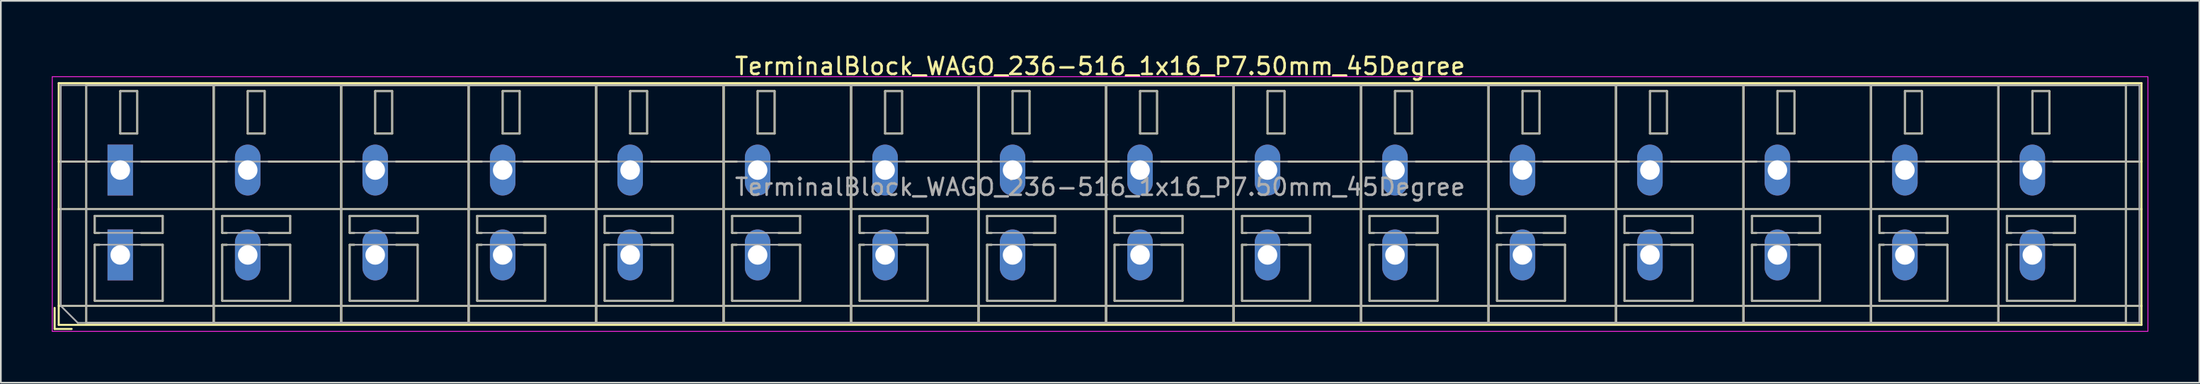
<source format=kicad_pcb>
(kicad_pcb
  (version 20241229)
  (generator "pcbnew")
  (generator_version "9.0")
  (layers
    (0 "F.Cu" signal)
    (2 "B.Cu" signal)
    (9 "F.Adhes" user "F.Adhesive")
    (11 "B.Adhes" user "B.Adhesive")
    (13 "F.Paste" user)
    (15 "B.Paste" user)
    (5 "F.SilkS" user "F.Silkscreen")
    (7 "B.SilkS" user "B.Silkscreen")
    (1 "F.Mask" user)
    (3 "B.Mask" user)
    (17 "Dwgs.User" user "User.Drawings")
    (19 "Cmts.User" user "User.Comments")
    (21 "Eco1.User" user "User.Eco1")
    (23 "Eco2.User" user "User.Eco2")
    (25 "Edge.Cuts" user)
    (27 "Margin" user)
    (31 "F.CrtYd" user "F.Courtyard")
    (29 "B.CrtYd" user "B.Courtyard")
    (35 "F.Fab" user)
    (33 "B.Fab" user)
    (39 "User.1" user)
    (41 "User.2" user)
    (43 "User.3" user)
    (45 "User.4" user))
  (footprint "TerminalBlock_WAGO_236-516_1x16_P7.50mm_45Degree"
    (layer "F.Cu")
    (at 4.025 6.968)
    (property "Reference" "TerminalBlock_WAGO_236-516_1x16_P7.50mm_45Degree" (at 57.65 -6.12 0) (layer "F.SilkS") (effects (font (size 1 1) (thickness 0.15))))
    (attr through_hole)
    (fp_line (start -3.86 8.12) (end -3.86 9.36) (stroke (width 0.12) (type solid)) (layer "F.SilkS"))
    (fp_line (start -3.86 9.36) (end -2.86 9.36) (stroke (width 0.12) (type solid)) (layer "F.SilkS"))
    (fp_line (start -3.62 -5.12) (end -3.62 9.12) (stroke (width 0.12) (type solid)) (layer "F.SilkS"))
    (fp_line (start -3.62 -5.12) (end 118.92 -5.12) (stroke (width 0.12) (type solid)) (layer "F.SilkS"))
    (fp_line (start -3.62 -0.5) (end -1.23 -0.5) (stroke (width 0.12) (type solid)) (layer "F.SilkS"))
    (fp_line (start -3.62 2.3) (end 118.92 2.3) (stroke (width 0.12) (type solid)) (layer "F.SilkS"))
    (fp_line (start -3.62 8) (end 118.92 8) (stroke (width 0.12) (type solid)) (layer "F.SilkS"))
    (fp_line (start -3.62 9.12) (end 118.92 9.12) (stroke (width 0.12) (type solid)) (layer "F.SilkS"))
    (fp_line (start -2 -5) (end -2 9) (stroke (width 0.12) (type solid)) (layer "F.SilkS"))
    (fp_line (start -2 -5) (end 5.5 -5) (stroke (width 0.12) (type solid)) (layer "F.SilkS"))
    (fp_line (start -2 9) (end 5.5 9) (stroke (width 0.12) (type solid)) (layer "F.SilkS"))
    (fp_line (start -1.5 2.7) (end -1.5 3.7) (stroke (width 0.12) (type solid)) (layer "F.SilkS"))
    (fp_line (start -1.5 2.7) (end 2.5 2.7) (stroke (width 0.12) (type solid)) (layer "F.SilkS"))
    (fp_line (start -1.5 3.7) (end -1.23 3.7) (stroke (width 0.12) (type solid)) (layer "F.SilkS"))
    (fp_line (start -1.5 4.4) (end -1.5 7.7) (stroke (width 0.12) (type solid)) (layer "F.SilkS"))
    (fp_line (start -1.5 4.4) (end -1.23 4.4) (stroke (width 0.12) (type solid)) (layer "F.SilkS"))
    (fp_line (start -1.5 7.7) (end 2.5 7.7) (stroke (width 0.12) (type solid)) (layer "F.SilkS"))
    (fp_line (start 0 -4.65) (end 0 -2.151) (stroke (width 0.12) (type solid)) (layer "F.SilkS"))
    (fp_line (start 0 -4.65) (end 1 -4.65) (stroke (width 0.12) (type solid)) (layer "F.SilkS"))
    (fp_line (start 0 -2.151) (end 1 -2.151) (stroke (width 0.12) (type solid)) (layer "F.SilkS"))
    (fp_line (start 1 -4.65) (end 1 -2.151) (stroke (width 0.12) (type solid)) (layer "F.SilkS"))
    (fp_line (start 1.23 -0.5) (end 6.27 -0.5) (stroke (width 0.12) (type solid)) (layer "F.SilkS"))
    (fp_line (start 1.23 3.7) (end 2.5 3.7) (stroke (width 0.12) (type solid)) (layer "F.SilkS"))
    (fp_line (start 1.23 4.4) (end 2.5 4.4) (stroke (width 0.12) (type solid)) (layer "F.SilkS"))
    (fp_line (start 2.5 2.7) (end 2.5 3.7) (stroke (width 0.12) (type solid)) (layer "F.SilkS"))
    (fp_line (start 2.5 4.4) (end 2.5 7.7) (stroke (width 0.12) (type solid)) (layer "F.SilkS"))
    (fp_line (start 5.5 -5) (end 5.5 9) (stroke (width 0.12) (type solid)) (layer "F.SilkS"))
    (fp_line (start 5.5 -5) (end 5.5 9) (stroke (width 0.12) (type solid)) (layer "F.SilkS"))
    (fp_line (start 5.5 -5) (end 13 -5) (stroke (width 0.12) (type solid)) (layer "F.SilkS"))
    (fp_line (start 5.5 9) (end 13 9) (stroke (width 0.12) (type solid)) (layer "F.SilkS"))
    (fp_line (start 6 2.7) (end 6 3.7) (stroke (width 0.12) (type solid)) (layer "F.SilkS"))
    (fp_line (start 6 2.7) (end 10 2.7) (stroke (width 0.12) (type solid)) (layer "F.SilkS"))
    (fp_line (start 6 3.7) (end 6.27 3.7) (stroke (width 0.12) (type solid)) (layer "F.SilkS"))
    (fp_line (start 6 4.4) (end 6 7.7) (stroke (width 0.12) (type solid)) (layer "F.SilkS"))
    (fp_line (start 6 4.4) (end 6.27 4.4) (stroke (width 0.12) (type solid)) (layer "F.SilkS"))
    (fp_line (start 6 7.7) (end 10 7.7) (stroke (width 0.12) (type solid)) (layer "F.SilkS"))
    (fp_line (start 7.5 -4.65) (end 7.5 -2.151) (stroke (width 0.12) (type solid)) (layer "F.SilkS"))
    (fp_line (start 7.5 -4.65) (end 8.5 -4.65) (stroke (width 0.12) (type solid)) (layer "F.SilkS"))
    (fp_line (start 7.5 -2.151) (end 8.5 -2.151) (stroke (width 0.12) (type solid)) (layer "F.SilkS"))
    (fp_line (start 8.5 -4.65) (end 8.5 -2.151) (stroke (width 0.12) (type solid)) (layer "F.SilkS"))
    (fp_line (start 8.73 -0.5) (end 13.77 -0.5) (stroke (width 0.12) (type solid)) (layer "F.SilkS"))
    (fp_line (start 8.73 3.7) (end 10 3.7) (stroke (width 0.12) (type solid)) (layer "F.SilkS"))
    (fp_line (start 8.73 4.4) (end 10 4.4) (stroke (width 0.12) (type solid)) (layer "F.SilkS"))
    (fp_line (start 10 2.7) (end 10 3.7) (stroke (width 0.12) (type solid)) (layer "F.SilkS"))
    (fp_line (start 10 4.4) (end 10 7.7) (stroke (width 0.12) (type solid)) (layer "F.SilkS"))
    (fp_line (start 13 -5) (end 13 9) (stroke (width 0.12) (type solid)) (layer "F.SilkS"))
    (fp_line (start 13 -5) (end 13 9) (stroke (width 0.12) (type solid)) (layer "F.SilkS"))
    (fp_line (start 13 -5) (end 20.5 -5) (stroke (width 0.12) (type solid)) (layer "F.SilkS"))
    (fp_line (start 13 9) (end 20.5 9) (stroke (width 0.12) (type solid)) (layer "F.SilkS"))
    (fp_line (start 13.5 2.7) (end 13.5 3.7) (stroke (width 0.12) (type solid)) (layer "F.SilkS"))
    (fp_line (start 13.5 2.7) (end 17.5 2.7) (stroke (width 0.12) (type solid)) (layer "F.SilkS"))
    (fp_line (start 13.5 3.7) (end 13.77 3.7) (stroke (width 0.12) (type solid)) (layer "F.SilkS"))
    (fp_line (start 13.5 4.4) (end 13.5 7.7) (stroke (width 0.12) (type solid)) (layer "F.SilkS"))
    (fp_line (start 13.5 4.4) (end 13.77 4.4) (stroke (width 0.12) (type solid)) (layer "F.SilkS"))
    (fp_line (start 13.5 7.7) (end 17.5 7.7) (stroke (width 0.12) (type solid)) (layer "F.SilkS"))
    (fp_line (start 15 -4.65) (end 15 -2.151) (stroke (width 0.12) (type solid)) (layer "F.SilkS"))
    (fp_line (start 15 -4.65) (end 16 -4.65) (stroke (width 0.12) (type solid)) (layer "F.SilkS"))
    (fp_line (start 15 -2.151) (end 16 -2.151) (stroke (width 0.12) (type solid)) (layer "F.SilkS"))
    (fp_line (start 16 -4.65) (end 16 -2.151) (stroke (width 0.12) (type solid)) (layer "F.SilkS"))
    (fp_line (start 16.23 -0.5) (end 21.27 -0.5) (stroke (width 0.12) (type solid)) (layer "F.SilkS"))
    (fp_line (start 16.23 3.7) (end 17.5 3.7) (stroke (width 0.12) (type solid)) (layer "F.SilkS"))
    (fp_line (start 16.23 4.4) (end 17.5 4.4) (stroke (width 0.12) (type solid)) (layer "F.SilkS"))
    (fp_line (start 17.5 2.7) (end 17.5 3.7) (stroke (width 0.12) (type solid)) (layer "F.SilkS"))
    (fp_line (start 17.5 4.4) (end 17.5 7.7) (stroke (width 0.12) (type solid)) (layer "F.SilkS"))
    (fp_line (start 20.5 -5) (end 20.5 9) (stroke (width 0.12) (type solid)) (layer "F.SilkS"))
    (fp_line (start 20.5 -5) (end 20.5 9) (stroke (width 0.12) (type solid)) (layer "F.SilkS"))
    (fp_line (start 20.5 -5) (end 28 -5) (stroke (width 0.12) (type solid)) (layer "F.SilkS"))
    (fp_line (start 20.5 9) (end 28 9) (stroke (width 0.12) (type solid)) (layer "F.SilkS"))
    (fp_line (start 21 2.7) (end 21 3.7) (stroke (width 0.12) (type solid)) (layer "F.SilkS"))
    (fp_line (start 21 2.7) (end 25 2.7) (stroke (width 0.12) (type solid)) (layer "F.SilkS"))
    (fp_line (start 21 3.7) (end 21.27 3.7) (stroke (width 0.12) (type solid)) (layer "F.SilkS"))
    (fp_line (start 21 4.4) (end 21 7.7) (stroke (width 0.12) (type solid)) (layer "F.SilkS"))
    (fp_line (start 21 4.4) (end 21.27 4.4) (stroke (width 0.12) (type solid)) (layer "F.SilkS"))
    (fp_line (start 21 7.7) (end 25 7.7) (stroke (width 0.12) (type solid)) (layer "F.SilkS"))
    (fp_line (start 22.5 -4.65) (end 22.5 -2.151) (stroke (width 0.12) (type solid)) (layer "F.SilkS"))
    (fp_line (start 22.5 -4.65) (end 23.5 -4.65) (stroke (width 0.12) (type solid)) (layer "F.SilkS"))
    (fp_line (start 22.5 -2.151) (end 23.5 -2.151) (stroke (width 0.12) (type solid)) (layer "F.SilkS"))
    (fp_line (start 23.5 -4.65) (end 23.5 -2.151) (stroke (width 0.12) (type solid)) (layer "F.SilkS"))
    (fp_line (start 23.73 -0.5) (end 28.77 -0.5) (stroke (width 0.12) (type solid)) (layer "F.SilkS"))
    (fp_line (start 23.73 3.7) (end 25 3.7) (stroke (width 0.12) (type solid)) (layer "F.SilkS"))
    (fp_line (start 23.73 4.4) (end 25 4.4) (stroke (width 0.12) (type solid)) (layer "F.SilkS"))
    (fp_line (start 25 2.7) (end 25 3.7) (stroke (width 0.12) (type solid)) (layer "F.SilkS"))
    (fp_line (start 25 4.4) (end 25 7.7) (stroke (width 0.12) (type solid)) (layer "F.SilkS"))
    (fp_line (start 28 -5) (end 28 9) (stroke (width 0.12) (type solid)) (layer "F.SilkS"))
    (fp_line (start 28 -5) (end 28 9) (stroke (width 0.12) (type solid)) (layer "F.SilkS"))
    (fp_line (start 28 -5) (end 35.5 -5) (stroke (width 0.12) (type solid)) (layer "F.SilkS"))
    (fp_line (start 28 9) (end 35.5 9) (stroke (width 0.12) (type solid)) (layer "F.SilkS"))
    (fp_line (start 28.5 2.7) (end 28.5 3.7) (stroke (width 0.12) (type solid)) (layer "F.SilkS"))
    (fp_line (start 28.5 2.7) (end 32.5 2.7) (stroke (width 0.12) (type solid)) (layer "F.SilkS"))
    (fp_line (start 28.5 3.7) (end 28.77 3.7) (stroke (width 0.12) (type solid)) (layer "F.SilkS"))
    (fp_line (start 28.5 4.4) (end 28.5 7.7) (stroke (width 0.12) (type solid)) (layer "F.SilkS"))
    (fp_line (start 28.5 4.4) (end 28.77 4.4) (stroke (width 0.12) (type solid)) (layer "F.SilkS"))
    (fp_line (start 28.5 7.7) (end 32.5 7.7) (stroke (width 0.12) (type solid)) (layer "F.SilkS"))
    (fp_line (start 30 -4.65) (end 30 -2.151) (stroke (width 0.12) (type solid)) (layer "F.SilkS"))
    (fp_line (start 30 -4.65) (end 31 -4.65) (stroke (width 0.12) (type solid)) (layer "F.SilkS"))
    (fp_line (start 30 -2.151) (end 31 -2.151) (stroke (width 0.12) (type solid)) (layer "F.SilkS"))
    (fp_line (start 31 -4.65) (end 31 -2.151) (stroke (width 0.12) (type solid)) (layer "F.SilkS"))
    (fp_line (start 31.23 -0.5) (end 36.27 -0.5) (stroke (width 0.12) (type solid)) (layer "F.SilkS"))
    (fp_line (start 31.23 3.7) (end 32.5 3.7) (stroke (width 0.12) (type solid)) (layer "F.SilkS"))
    (fp_line (start 31.23 4.4) (end 32.5 4.4) (stroke (width 0.12) (type solid)) (layer "F.SilkS"))
    (fp_line (start 32.5 2.7) (end 32.5 3.7) (stroke (width 0.12) (type solid)) (layer "F.SilkS"))
    (fp_line (start 32.5 4.4) (end 32.5 7.7) (stroke (width 0.12) (type solid)) (layer "F.SilkS"))
    (fp_line (start 35.5 -5) (end 35.5 9) (stroke (width 0.12) (type solid)) (layer "F.SilkS"))
    (fp_line (start 35.5 -5) (end 35.5 9) (stroke (width 0.12) (type solid)) (layer "F.SilkS"))
    (fp_line (start 35.5 -5) (end 43 -5) (stroke (width 0.12) (type solid)) (layer "F.SilkS"))
    (fp_line (start 35.5 9) (end 43 9) (stroke (width 0.12) (type solid)) (layer "F.SilkS"))
    (fp_line (start 36 2.7) (end 36 3.7) (stroke (width 0.12) (type solid)) (layer "F.SilkS"))
    (fp_line (start 36 2.7) (end 40 2.7) (stroke (width 0.12) (type solid)) (layer "F.SilkS"))
    (fp_line (start 36 3.7) (end 36.27 3.7) (stroke (width 0.12) (type solid)) (layer "F.SilkS"))
    (fp_line (start 36 4.4) (end 36 7.7) (stroke (width 0.12) (type solid)) (layer "F.SilkS"))
    (fp_line (start 36 4.4) (end 36.27 4.4) (stroke (width 0.12) (type solid)) (layer "F.SilkS"))
    (fp_line (start 36 7.7) (end 40 7.7) (stroke (width 0.12) (type solid)) (layer "F.SilkS"))
    (fp_line (start 37.5 -4.65) (end 37.5 -2.151) (stroke (width 0.12) (type solid)) (layer "F.SilkS"))
    (fp_line (start 37.5 -4.65) (end 38.5 -4.65) (stroke (width 0.12) (type solid)) (layer "F.SilkS"))
    (fp_line (start 37.5 -2.151) (end 38.5 -2.151) (stroke (width 0.12) (type solid)) (layer "F.SilkS"))
    (fp_line (start 38.5 -4.65) (end 38.5 -2.151) (stroke (width 0.12) (type solid)) (layer "F.SilkS"))
    (fp_line (start 38.73 -0.5) (end 43.77 -0.5) (stroke (width 0.12) (type solid)) (layer "F.SilkS"))
    (fp_line (start 38.73 3.7) (end 40 3.7) (stroke (width 0.12) (type solid)) (layer "F.SilkS"))
    (fp_line (start 38.73 4.4) (end 40 4.4) (stroke (width 0.12) (type solid)) (layer "F.SilkS"))
    (fp_line (start 40 2.7) (end 40 3.7) (stroke (width 0.12) (type solid)) (layer "F.SilkS"))
    (fp_line (start 40 4.4) (end 40 7.7) (stroke (width 0.12) (type solid)) (layer "F.SilkS"))
    (fp_line (start 43 -5) (end 43 9) (stroke (width 0.12) (type solid)) (layer "F.SilkS"))
    (fp_line (start 43 -5) (end 43 9) (stroke (width 0.12) (type solid)) (layer "F.SilkS"))
    (fp_line (start 43 -5) (end 50.5 -5) (stroke (width 0.12) (type solid)) (layer "F.SilkS"))
    (fp_line (start 43 9) (end 50.5 9) (stroke (width 0.12) (type solid)) (layer "F.SilkS"))
    (fp_line (start 43.5 2.7) (end 43.5 3.7) (stroke (width 0.12) (type solid)) (layer "F.SilkS"))
    (fp_line (start 43.5 2.7) (end 47.5 2.7) (stroke (width 0.12) (type solid)) (layer "F.SilkS"))
    (fp_line (start 43.5 3.7) (end 43.77 3.7) (stroke (width 0.12) (type solid)) (layer "F.SilkS"))
    (fp_line (start 43.5 4.4) (end 43.5 7.7) (stroke (width 0.12) (type solid)) (layer "F.SilkS"))
    (fp_line (start 43.5 4.4) (end 43.77 4.4) (stroke (width 0.12) (type solid)) (layer "F.SilkS"))
    (fp_line (start 43.5 7.7) (end 47.5 7.7) (stroke (width 0.12) (type solid)) (layer "F.SilkS"))
    (fp_line (start 45 -4.65) (end 45 -2.151) (stroke (width 0.12) (type solid)) (layer "F.SilkS"))
    (fp_line (start 45 -4.65) (end 46 -4.65) (stroke (width 0.12) (type solid)) (layer "F.SilkS"))
    (fp_line (start 45 -2.151) (end 46 -2.151) (stroke (width 0.12) (type solid)) (layer "F.SilkS"))
    (fp_line (start 46 -4.65) (end 46 -2.151) (stroke (width 0.12) (type solid)) (layer "F.SilkS"))
    (fp_line (start 46.23 -0.5) (end 51.27 -0.5) (stroke (width 0.12) (type solid)) (layer "F.SilkS"))
    (fp_line (start 46.23 3.7) (end 47.5 3.7) (stroke (width 0.12) (type solid)) (layer "F.SilkS"))
    (fp_line (start 46.23 4.4) (end 47.5 4.4) (stroke (width 0.12) (type solid)) (layer "F.SilkS"))
    (fp_line (start 47.5 2.7) (end 47.5 3.7) (stroke (width 0.12) (type solid)) (layer "F.SilkS"))
    (fp_line (start 47.5 4.4) (end 47.5 7.7) (stroke (width 0.12) (type solid)) (layer "F.SilkS"))
    (fp_line (start 50.5 -5) (end 50.5 9) (stroke (width 0.12) (type solid)) (layer "F.SilkS"))
    (fp_line (start 50.5 -5) (end 50.5 9) (stroke (width 0.12) (type solid)) (layer "F.SilkS"))
    (fp_line (start 50.5 -5) (end 58 -5) (stroke (width 0.12) (type solid)) (layer "F.SilkS"))
    (fp_line (start 50.5 9) (end 58 9) (stroke (width 0.12) (type solid)) (layer "F.SilkS"))
    (fp_line (start 51 2.7) (end 51 3.7) (stroke (width 0.12) (type solid)) (layer "F.SilkS"))
    (fp_line (start 51 2.7) (end 55 2.7) (stroke (width 0.12) (type solid)) (layer "F.SilkS"))
    (fp_line (start 51 3.7) (end 51.27 3.7) (stroke (width 0.12) (type solid)) (layer "F.SilkS"))
    (fp_line (start 51 4.4) (end 51 7.7) (stroke (width 0.12) (type solid)) (layer "F.SilkS"))
    (fp_line (start 51 4.4) (end 51.27 4.4) (stroke (width 0.12) (type solid)) (layer "F.SilkS"))
    (fp_line (start 51 7.7) (end 55 7.7) (stroke (width 0.12) (type solid)) (layer "F.SilkS"))
    (fp_line (start 52.5 -4.65) (end 52.5 -2.151) (stroke (width 0.12) (type solid)) (layer "F.SilkS"))
    (fp_line (start 52.5 -4.65) (end 53.5 -4.65) (stroke (width 0.12) (type solid)) (layer "F.SilkS"))
    (fp_line (start 52.5 -2.151) (end 53.5 -2.151) (stroke (width 0.12) (type solid)) (layer "F.SilkS"))
    (fp_line (start 53.5 -4.65) (end 53.5 -2.151) (stroke (width 0.12) (type solid)) (layer "F.SilkS"))
    (fp_line (start 53.73 -0.5) (end 58.77 -0.5) (stroke (width 0.12) (type solid)) (layer "F.SilkS"))
    (fp_line (start 53.73 3.7) (end 55 3.7) (stroke (width 0.12) (type solid)) (layer "F.SilkS"))
    (fp_line (start 53.73 4.4) (end 55 4.4) (stroke (width 0.12) (type solid)) (layer "F.SilkS"))
    (fp_line (start 55 2.7) (end 55 3.7) (stroke (width 0.12) (type solid)) (layer "F.SilkS"))
    (fp_line (start 55 4.4) (end 55 7.7) (stroke (width 0.12) (type solid)) (layer "F.SilkS"))
    (fp_line (start 58 -5) (end 58 9) (stroke (width 0.12) (type solid)) (layer "F.SilkS"))
    (fp_line (start 58 -5) (end 58 9) (stroke (width 0.12) (type solid)) (layer "F.SilkS"))
    (fp_line (start 58 -5) (end 65.5 -5) (stroke (width 0.12) (type solid)) (layer "F.SilkS"))
    (fp_line (start 58 9) (end 65.5 9) (stroke (width 0.12) (type solid)) (layer "F.SilkS"))
    (fp_line (start 58.5 2.7) (end 58.5 3.7) (stroke (width 0.12) (type solid)) (layer "F.SilkS"))
    (fp_line (start 58.5 2.7) (end 62.5 2.7) (stroke (width 0.12) (type solid)) (layer "F.SilkS"))
    (fp_line (start 58.5 3.7) (end 58.77 3.7) (stroke (width 0.12) (type solid)) (layer "F.SilkS"))
    (fp_line (start 58.5 4.4) (end 58.5 7.7) (stroke (width 0.12) (type solid)) (layer "F.SilkS"))
    (fp_line (start 58.5 4.4) (end 58.77 4.4) (stroke (width 0.12) (type solid)) (layer "F.SilkS"))
    (fp_line (start 58.5 7.7) (end 62.5 7.7) (stroke (width 0.12) (type solid)) (layer "F.SilkS"))
    (fp_line (start 60 -4.65) (end 60 -2.151) (stroke (width 0.12) (type solid)) (layer "F.SilkS"))
    (fp_line (start 60 -4.65) (end 61 -4.65) (stroke (width 0.12) (type solid)) (layer "F.SilkS"))
    (fp_line (start 60 -2.151) (end 61 -2.151) (stroke (width 0.12) (type solid)) (layer "F.SilkS"))
    (fp_line (start 61 -4.65) (end 61 -2.151) (stroke (width 0.12) (type solid)) (layer "F.SilkS"))
    (fp_line (start 61.23 -0.5) (end 66.27 -0.5) (stroke (width 0.12) (type solid)) (layer "F.SilkS"))
    (fp_line (start 61.23 3.7) (end 62.5 3.7) (stroke (width 0.12) (type solid)) (layer "F.SilkS"))
    (fp_line (start 61.23 4.4) (end 62.5 4.4) (stroke (width 0.12) (type solid)) (layer "F.SilkS"))
    (fp_line (start 62.5 2.7) (end 62.5 3.7) (stroke (width 0.12) (type solid)) (layer "F.SilkS"))
    (fp_line (start 62.5 4.4) (end 62.5 7.7) (stroke (width 0.12) (type solid)) (layer "F.SilkS"))
    (fp_line (start 65.5 -5) (end 65.5 9) (stroke (width 0.12) (type solid)) (layer "F.SilkS"))
    (fp_line (start 65.5 -5) (end 65.5 9) (stroke (width 0.12) (type solid)) (layer "F.SilkS"))
    (fp_line (start 65.5 -5) (end 73 -5) (stroke (width 0.12) (type solid)) (layer "F.SilkS"))
    (fp_line (start 65.5 9) (end 73 9) (stroke (width 0.12) (type solid)) (layer "F.SilkS"))
    (fp_line (start 66 2.7) (end 66 3.7) (stroke (width 0.12) (type solid)) (layer "F.SilkS"))
    (fp_line (start 66 2.7) (end 70 2.7) (stroke (width 0.12) (type solid)) (layer "F.SilkS"))
    (fp_line (start 66 3.7) (end 66.27 3.7) (stroke (width 0.12) (type solid)) (layer "F.SilkS"))
    (fp_line (start 66 4.4) (end 66 7.7) (stroke (width 0.12) (type solid)) (layer "F.SilkS"))
    (fp_line (start 66 4.4) (end 66.27 4.4) (stroke (width 0.12) (type solid)) (layer "F.SilkS"))
    (fp_line (start 66 7.7) (end 70 7.7) (stroke (width 0.12) (type solid)) (layer "F.SilkS"))
    (fp_line (start 67.5 -4.65) (end 67.5 -2.151) (stroke (width 0.12) (type solid)) (layer "F.SilkS"))
    (fp_line (start 67.5 -4.65) (end 68.5 -4.65) (stroke (width 0.12) (type solid)) (layer "F.SilkS"))
    (fp_line (start 67.5 -2.151) (end 68.5 -2.151) (stroke (width 0.12) (type solid)) (layer "F.SilkS"))
    (fp_line (start 68.5 -4.65) (end 68.5 -2.151) (stroke (width 0.12) (type solid)) (layer "F.SilkS"))
    (fp_line (start 68.73 -0.5) (end 73.77 -0.5) (stroke (width 0.12) (type solid)) (layer "F.SilkS"))
    (fp_line (start 68.73 3.7) (end 70 3.7) (stroke (width 0.12) (type solid)) (layer "F.SilkS"))
    (fp_line (start 68.73 4.4) (end 70 4.4) (stroke (width 0.12) (type solid)) (layer "F.SilkS"))
    (fp_line (start 70 2.7) (end 70 3.7) (stroke (width 0.12) (type solid)) (layer "F.SilkS"))
    (fp_line (start 70 4.4) (end 70 7.7) (stroke (width 0.12) (type solid)) (layer "F.SilkS"))
    (fp_line (start 73 -5) (end 73 9) (stroke (width 0.12) (type solid)) (layer "F.SilkS"))
    (fp_line (start 73 -5) (end 73 9) (stroke (width 0.12) (type solid)) (layer "F.SilkS"))
    (fp_line (start 73 -5) (end 80.5 -5) (stroke (width 0.12) (type solid)) (layer "F.SilkS"))
    (fp_line (start 73 9) (end 80.5 9) (stroke (width 0.12) (type solid)) (layer "F.SilkS"))
    (fp_line (start 73.5 2.7) (end 73.5 3.7) (stroke (width 0.12) (type solid)) (layer "F.SilkS"))
    (fp_line (start 73.5 2.7) (end 77.5 2.7) (stroke (width 0.12) (type solid)) (layer "F.SilkS"))
    (fp_line (start 73.5 3.7) (end 73.77 3.7) (stroke (width 0.12) (type solid)) (layer "F.SilkS"))
    (fp_line (start 73.5 4.4) (end 73.5 7.7) (stroke (width 0.12) (type solid)) (layer "F.SilkS"))
    (fp_line (start 73.5 4.4) (end 73.77 4.4) (stroke (width 0.12) (type solid)) (layer "F.SilkS"))
    (fp_line (start 73.5 7.7) (end 77.5 7.7) (stroke (width 0.12) (type solid)) (layer "F.SilkS"))
    (fp_line (start 75 -4.65) (end 75 -2.151) (stroke (width 0.12) (type solid)) (layer "F.SilkS"))
    (fp_line (start 75 -4.65) (end 76 -4.65) (stroke (width 0.12) (type solid)) (layer "F.SilkS"))
    (fp_line (start 75 -2.151) (end 76 -2.151) (stroke (width 0.12) (type solid)) (layer "F.SilkS"))
    (fp_line (start 76 -4.65) (end 76 -2.151) (stroke (width 0.12) (type solid)) (layer "F.SilkS"))
    (fp_line (start 76.23 -0.5) (end 81.27 -0.5) (stroke (width 0.12) (type solid)) (layer "F.SilkS"))
    (fp_line (start 76.23 3.7) (end 77.5 3.7) (stroke (width 0.12) (type solid)) (layer "F.SilkS"))
    (fp_line (start 76.23 4.4) (end 77.5 4.4) (stroke (width 0.12) (type solid)) (layer "F.SilkS"))
    (fp_line (start 77.5 2.7) (end 77.5 3.7) (stroke (width 0.12) (type solid)) (layer "F.SilkS"))
    (fp_line (start 77.5 4.4) (end 77.5 7.7) (stroke (width 0.12) (type solid)) (layer "F.SilkS"))
    (fp_line (start 80.5 -5) (end 80.5 9) (stroke (width 0.12) (type solid)) (layer "F.SilkS"))
    (fp_line (start 80.5 -5) (end 80.5 9) (stroke (width 0.12) (type solid)) (layer "F.SilkS"))
    (fp_line (start 80.5 -5) (end 88 -5) (stroke (width 0.12) (type solid)) (layer "F.SilkS"))
    (fp_line (start 80.5 9) (end 88 9) (stroke (width 0.12) (type solid)) (layer "F.SilkS"))
    (fp_line (start 81 2.7) (end 81 3.7) (stroke (width 0.12) (type solid)) (layer "F.SilkS"))
    (fp_line (start 81 2.7) (end 85 2.7) (stroke (width 0.12) (type solid)) (layer "F.SilkS"))
    (fp_line (start 81 3.7) (end 81.27 3.7) (stroke (width 0.12) (type solid)) (layer "F.SilkS"))
    (fp_line (start 81 4.4) (end 81 7.7) (stroke (width 0.12) (type solid)) (layer "F.SilkS"))
    (fp_line (start 81 4.4) (end 81.27 4.4) (stroke (width 0.12) (type solid)) (layer "F.SilkS"))
    (fp_line (start 81 7.7) (end 85 7.7) (stroke (width 0.12) (type solid)) (layer "F.SilkS"))
    (fp_line (start 82.5 -4.65) (end 82.5 -2.151) (stroke (width 0.12) (type solid)) (layer "F.SilkS"))
    (fp_line (start 82.5 -4.65) (end 83.5 -4.65) (stroke (width 0.12) (type solid)) (layer "F.SilkS"))
    (fp_line (start 82.5 -2.151) (end 83.5 -2.151) (stroke (width 0.12) (type solid)) (layer "F.SilkS"))
    (fp_line (start 83.5 -4.65) (end 83.5 -2.151) (stroke (width 0.12) (type solid)) (layer "F.SilkS"))
    (fp_line (start 83.73 -0.5) (end 88.77 -0.5) (stroke (width 0.12) (type solid)) (layer "F.SilkS"))
    (fp_line (start 83.73 3.7) (end 85 3.7) (stroke (width 0.12) (type solid)) (layer "F.SilkS"))
    (fp_line (start 83.73 4.4) (end 85 4.4) (stroke (width 0.12) (type solid)) (layer "F.SilkS"))
    (fp_line (start 85 2.7) (end 85 3.7) (stroke (width 0.12) (type solid)) (layer "F.SilkS"))
    (fp_line (start 85 4.4) (end 85 7.7) (stroke (width 0.12) (type solid)) (layer "F.SilkS"))
    (fp_line (start 88 -5) (end 88 9) (stroke (width 0.12) (type solid)) (layer "F.SilkS"))
    (fp_line (start 88 -5) (end 88 9) (stroke (width 0.12) (type solid)) (layer "F.SilkS"))
    (fp_line (start 88 -5) (end 95.5 -5) (stroke (width 0.12) (type solid)) (layer "F.SilkS"))
    (fp_line (start 88 9) (end 95.5 9) (stroke (width 0.12) (type solid)) (layer "F.SilkS"))
    (fp_line (start 88.5 2.7) (end 88.5 3.7) (stroke (width 0.12) (type solid)) (layer "F.SilkS"))
    (fp_line (start 88.5 2.7) (end 92.5 2.7) (stroke (width 0.12) (type solid)) (layer "F.SilkS"))
    (fp_line (start 88.5 3.7) (end 88.77 3.7) (stroke (width 0.12) (type solid)) (layer "F.SilkS"))
    (fp_line (start 88.5 4.4) (end 88.5 7.7) (stroke (width 0.12) (type solid)) (layer "F.SilkS"))
    (fp_line (start 88.5 4.4) (end 88.77 4.4) (stroke (width 0.12) (type solid)) (layer "F.SilkS"))
    (fp_line (start 88.5 7.7) (end 92.5 7.7) (stroke (width 0.12) (type solid)) (layer "F.SilkS"))
    (fp_line (start 90 -4.65) (end 90 -2.151) (stroke (width 0.12) (type solid)) (layer "F.SilkS"))
    (fp_line (start 90 -4.65) (end 91 -4.65) (stroke (width 0.12) (type solid)) (layer "F.SilkS"))
    (fp_line (start 90 -2.151) (end 91 -2.151) (stroke (width 0.12) (type solid)) (layer "F.SilkS"))
    (fp_line (start 91 -4.65) (end 91 -2.151) (stroke (width 0.12) (type solid)) (layer "F.SilkS"))
    (fp_line (start 91.23 -0.5) (end 96.27 -0.5) (stroke (width 0.12) (type solid)) (layer "F.SilkS"))
    (fp_line (start 91.23 3.7) (end 92.5 3.7) (stroke (width 0.12) (type solid)) (layer "F.SilkS"))
    (fp_line (start 91.23 4.4) (end 92.5 4.4) (stroke (width 0.12) (type solid)) (layer "F.SilkS"))
    (fp_line (start 92.5 2.7) (end 92.5 3.7) (stroke (width 0.12) (type solid)) (layer "F.SilkS"))
    (fp_line (start 92.5 4.4) (end 92.5 7.7) (stroke (width 0.12) (type solid)) (layer "F.SilkS"))
    (fp_line (start 95.5 -5) (end 95.5 9) (stroke (width 0.12) (type solid)) (layer "F.SilkS"))
    (fp_line (start 95.5 -5) (end 95.5 9) (stroke (width 0.12) (type solid)) (layer "F.SilkS"))
    (fp_line (start 95.5 -5) (end 103 -5) (stroke (width 0.12) (type solid)) (layer "F.SilkS"))
    (fp_line (start 95.5 9) (end 103 9) (stroke (width 0.12) (type solid)) (layer "F.SilkS"))
    (fp_line (start 96 2.7) (end 96 3.7) (stroke (width 0.12) (type solid)) (layer "F.SilkS"))
    (fp_line (start 96 2.7) (end 100 2.7) (stroke (width 0.12) (type solid)) (layer "F.SilkS"))
    (fp_line (start 96 3.7) (end 96.27 3.7) (stroke (width 0.12) (type solid)) (layer "F.SilkS"))
    (fp_line (start 96 4.4) (end 96 7.7) (stroke (width 0.12) (type solid)) (layer "F.SilkS"))
    (fp_line (start 96 4.4) (end 96.27 4.4) (stroke (width 0.12) (type solid)) (layer "F.SilkS"))
    (fp_line (start 96 7.7) (end 100 7.7) (stroke (width 0.12) (type solid)) (layer "F.SilkS"))
    (fp_line (start 97.5 -4.65) (end 97.5 -2.151) (stroke (width 0.12) (type solid)) (layer "F.SilkS"))
    (fp_line (start 97.5 -4.65) (end 98.5 -4.65) (stroke (width 0.12) (type solid)) (layer "F.SilkS"))
    (fp_line (start 97.5 -2.151) (end 98.5 -2.151) (stroke (width 0.12) (type solid)) (layer "F.SilkS"))
    (fp_line (start 98.5 -4.65) (end 98.5 -2.151) (stroke (width 0.12) (type solid)) (layer "F.SilkS"))
    (fp_line (start 98.73 -0.5) (end 103.77 -0.5) (stroke (width 0.12) (type solid)) (layer "F.SilkS"))
    (fp_line (start 98.73 3.7) (end 100 3.7) (stroke (width 0.12) (type solid)) (layer "F.SilkS"))
    (fp_line (start 98.73 4.4) (end 100 4.4) (stroke (width 0.12) (type solid)) (layer "F.SilkS"))
    (fp_line (start 100 2.7) (end 100 3.7) (stroke (width 0.12) (type solid)) (layer "F.SilkS"))
    (fp_line (start 100 4.4) (end 100 7.7) (stroke (width 0.12) (type solid)) (layer "F.SilkS"))
    (fp_line (start 103 -5) (end 103 9) (stroke (width 0.12) (type solid)) (layer "F.SilkS"))
    (fp_line (start 103 -5) (end 103 9) (stroke (width 0.12) (type solid)) (layer "F.SilkS"))
    (fp_line (start 103 -5) (end 110.5 -5) (stroke (width 0.12) (type solid)) (layer "F.SilkS"))
    (fp_line (start 103 9) (end 110.5 9) (stroke (width 0.12) (type solid)) (layer "F.SilkS"))
    (fp_line (start 103.5 2.7) (end 103.5 3.7) (stroke (width 0.12) (type solid)) (layer "F.SilkS"))
    (fp_line (start 103.5 2.7) (end 107.5 2.7) (stroke (width 0.12) (type solid)) (layer "F.SilkS"))
    (fp_line (start 103.5 3.7) (end 103.77 3.7) (stroke (width 0.12) (type solid)) (layer "F.SilkS"))
    (fp_line (start 103.5 4.4) (end 103.5 7.7) (stroke (width 0.12) (type solid)) (layer "F.SilkS"))
    (fp_line (start 103.5 4.4) (end 103.77 4.4) (stroke (width 0.12) (type solid)) (layer "F.SilkS"))
    (fp_line (start 103.5 7.7) (end 107.5 7.7) (stroke (width 0.12) (type solid)) (layer "F.SilkS"))
    (fp_line (start 105 -4.65) (end 105 -2.151) (stroke (width 0.12) (type solid)) (layer "F.SilkS"))
    (fp_line (start 105 -4.65) (end 106 -4.65) (stroke (width 0.12) (type solid)) (layer "F.SilkS"))
    (fp_line (start 105 -2.151) (end 106 -2.151) (stroke (width 0.12) (type solid)) (layer "F.SilkS"))
    (fp_line (start 106 -4.65) (end 106 -2.151) (stroke (width 0.12) (type solid)) (layer "F.SilkS"))
    (fp_line (start 106.23 -0.5) (end 111.27 -0.5) (stroke (width 0.12) (type solid)) (layer "F.SilkS"))
    (fp_line (start 106.23 3.7) (end 107.5 3.7) (stroke (width 0.12) (type solid)) (layer "F.SilkS"))
    (fp_line (start 106.23 4.4) (end 107.5 4.4) (stroke (width 0.12) (type solid)) (layer "F.SilkS"))
    (fp_line (start 107.5 2.7) (end 107.5 3.7) (stroke (width 0.12) (type solid)) (layer "F.SilkS"))
    (fp_line (start 107.5 4.4) (end 107.5 7.7) (stroke (width 0.12) (type solid)) (layer "F.SilkS"))
    (fp_line (start 110.5 -5) (end 110.5 9) (stroke (width 0.12) (type solid)) (layer "F.SilkS"))
    (fp_line (start 110.5 -5) (end 110.5 9) (stroke (width 0.12) (type solid)) (layer "F.SilkS"))
    (fp_line (start 110.5 -5) (end 118 -5) (stroke (width 0.12) (type solid)) (layer "F.SilkS"))
    (fp_line (start 110.5 9) (end 118 9) (stroke (width 0.12) (type solid)) (layer "F.SilkS"))
    (fp_line (start 111 2.7) (end 111 3.7) (stroke (width 0.12) (type solid)) (layer "F.SilkS"))
    (fp_line (start 111 2.7) (end 115 2.7) (stroke (width 0.12) (type solid)) (layer "F.SilkS"))
    (fp_line (start 111 3.7) (end 111.27 3.7) (stroke (width 0.12) (type solid)) (layer "F.SilkS"))
    (fp_line (start 111 4.4) (end 111 7.7) (stroke (width 0.12) (type solid)) (layer "F.SilkS"))
    (fp_line (start 111 4.4) (end 111.27 4.4) (stroke (width 0.12) (type solid)) (layer "F.SilkS"))
    (fp_line (start 111 7.7) (end 115 7.7) (stroke (width 0.12) (type solid)) (layer "F.SilkS"))
    (fp_line (start 112.5 -4.65) (end 112.5 -2.151) (stroke (width 0.12) (type solid)) (layer "F.SilkS"))
    (fp_line (start 112.5 -4.65) (end 113.5 -4.65) (stroke (width 0.12) (type solid)) (layer "F.SilkS"))
    (fp_line (start 112.5 -2.151) (end 113.5 -2.151) (stroke (width 0.12) (type solid)) (layer "F.SilkS"))
    (fp_line (start 113.5 -4.65) (end 113.5 -2.151) (stroke (width 0.12) (type solid)) (layer "F.SilkS"))
    (fp_line (start 113.73 -0.5) (end 118.92 -0.5) (stroke (width 0.12) (type solid)) (layer "F.SilkS"))
    (fp_line (start 113.73 3.7) (end 115 3.7) (stroke (width 0.12) (type solid)) (layer "F.SilkS"))
    (fp_line (start 113.73 4.4) (end 115 4.4) (stroke (width 0.12) (type solid)) (layer "F.SilkS"))
    (fp_line (start 115 2.7) (end 115 3.7) (stroke (width 0.12) (type solid)) (layer "F.SilkS"))
    (fp_line (start 115 4.4) (end 115 7.7) (stroke (width 0.12) (type solid)) (layer "F.SilkS"))
    (fp_line (start 118 -5) (end 118 9) (stroke (width 0.12) (type solid)) (layer "F.SilkS"))
    (fp_line (start 118.92 -5.12) (end 118.92 9.12) (stroke (width 0.12) (type solid)) (layer "F.SilkS"))
    (fp_line (start -4 -5.5) (end -4 9.5) (stroke (width 0.05) (type solid)) (layer "F.CrtYd"))
    (fp_line (start -4 9.5) (end 119.3 9.5) (stroke (width 0.05) (type solid)) (layer "F.CrtYd"))
    (fp_line (start 119.3 -5.5) (end -4 -5.5) (stroke (width 0.05) (type solid)) (layer "F.CrtYd"))
    (fp_line (start 119.3 9.5) (end 119.3 -5.5) (stroke (width 0.05) (type solid)) (layer "F.CrtYd"))
    (fp_line (start -3.5 -5) (end 118.8 -5) (stroke (width 0.1) (type solid)) (layer "F.Fab"))
    (fp_line (start -3.5 -0.5) (end 118.8 -0.5) (stroke (width 0.1) (type solid)) (layer "F.Fab"))
    (fp_line (start -3.5 2.3) (end 118.8 2.3) (stroke (width 0.1) (type solid)) (layer "F.Fab"))
    (fp_line (start -3.5 8) (end -3.5 -5) (stroke (width 0.1) (type solid)) (layer "F.Fab"))
    (fp_line (start -3.5 8) (end 118.8 8) (stroke (width 0.1) (type solid)) (layer "F.Fab"))
    (fp_line (start -2.5 9) (end -3.5 8) (stroke (width 0.1) (type solid)) (layer "F.Fab"))
    (fp_line (start -2 -5) (end -2 9) (stroke (width 0.1) (type solid)) (layer "F.Fab"))
    (fp_line (start -2 9) (end 5.5 9) (stroke (width 0.1) (type solid)) (layer "F.Fab"))
    (fp_line (start -1.5 2.7) (end -1.5 3.7) (stroke (width 0.1) (type solid)) (layer "F.Fab"))
    (fp_line (start -1.5 3.7) (end 2.5 3.7) (stroke (width 0.1) (type solid)) (layer "F.Fab"))
    (fp_line (start -1.5 4.4) (end -1.5 7.7) (stroke (width 0.1) (type solid)) (layer "F.Fab"))
    (fp_line (start -1.5 7.7) (end 2.5 7.7) (stroke (width 0.1) (type solid)) (layer "F.Fab"))
    (fp_line (start 0 -4.65) (end 0 -2.15) (stroke (width 0.1) (type solid)) (layer "F.Fab"))
    (fp_line (start 0 -2.15) (end 1 -2.15) (stroke (width 0.1) (type solid)) (layer "F.Fab"))
    (fp_line (start 1 -4.65) (end 0 -4.65) (stroke (width 0.1) (type solid)) (layer "F.Fab"))
    (fp_line (start 1 -2.15) (end 1 -4.65) (stroke (width 0.1) (type solid)) (layer "F.Fab"))
    (fp_line (start 2.5 2.7) (end -1.5 2.7) (stroke (width 0.1) (type solid)) (layer "F.Fab"))
    (fp_line (start 2.5 3.7) (end 2.5 2.7) (stroke (width 0.1) (type solid)) (layer "F.Fab"))
    (fp_line (start 2.5 4.4) (end -1.5 4.4) (stroke (width 0.1) (type solid)) (layer "F.Fab"))
    (fp_line (start 2.5 7.7) (end 2.5 4.4) (stroke (width 0.1) (type solid)) (layer "F.Fab"))
    (fp_line (start 5.5 -5) (end -2 -5) (stroke (width 0.1) (type solid)) (layer "F.Fab"))
    (fp_line (start 5.5 -5) (end 5.5 9) (stroke (width 0.1) (type solid)) (layer "F.Fab"))
    (fp_line (start 5.5 9) (end 5.5 -5) (stroke (width 0.1) (type solid)) (layer "F.Fab"))
    (fp_line (start 5.5 9) (end 13 9) (stroke (width 0.1) (type solid)) (layer "F.Fab"))
    (fp_line (start 6 2.7) (end 6 3.7) (stroke (width 0.1) (type solid)) (layer "F.Fab"))
    (fp_line (start 6 3.7) (end 10 3.7) (stroke (width 0.1) (type solid)) (layer "F.Fab"))
    (fp_line (start 6 4.4) (end 6 7.7) (stroke (width 0.1) (type solid)) (layer "F.Fab"))
    (fp_line (start 6 7.7) (end 10 7.7) (stroke (width 0.1) (type solid)) (layer "F.Fab"))
    (fp_line (start 7.5 -4.65) (end 7.5 -2.15) (stroke (width 0.1) (type solid)) (layer "F.Fab"))
    (fp_line (start 7.5 -2.15) (end 8.5 -2.15) (stroke (width 0.1) (type solid)) (layer "F.Fab"))
    (fp_line (start 8.5 -4.65) (end 7.5 -4.65) (stroke (width 0.1) (type solid)) (layer "F.Fab"))
    (fp_line (start 8.5 -2.15) (end 8.5 -4.65) (stroke (width 0.1) (type solid)) (layer "F.Fab"))
    (fp_line (start 10 2.7) (end 6 2.7) (stroke (width 0.1) (type solid)) (layer "F.Fab"))
    (fp_line (start 10 3.7) (end 10 2.7) (stroke (width 0.1) (type solid)) (layer "F.Fab"))
    (fp_line (start 10 4.4) (end 6 4.4) (stroke (width 0.1) (type solid)) (layer "F.Fab"))
    (fp_line (start 10 7.7) (end 10 4.4) (stroke (width 0.1) (type solid)) (layer "F.Fab"))
    (fp_line (start 13 -5) (end 5.5 -5) (stroke (width 0.1) (type solid)) (layer "F.Fab"))
    (fp_line (start 13 -5) (end 13 9) (stroke (width 0.1) (type solid)) (layer "F.Fab"))
    (fp_line (start 13 9) (end 13 -5) (stroke (width 0.1) (type solid)) (layer "F.Fab"))
    (fp_line (start 13 9) (end 20.5 9) (stroke (width 0.1) (type solid)) (layer "F.Fab"))
    (fp_line (start 13.5 2.7) (end 13.5 3.7) (stroke (width 0.1) (type solid)) (layer "F.Fab"))
    (fp_line (start 13.5 3.7) (end 17.5 3.7) (stroke (width 0.1) (type solid)) (layer "F.Fab"))
    (fp_line (start 13.5 4.4) (end 13.5 7.7) (stroke (width 0.1) (type solid)) (layer "F.Fab"))
    (fp_line (start 13.5 7.7) (end 17.5 7.7) (stroke (width 0.1) (type solid)) (layer "F.Fab"))
    (fp_line (start 15 -4.65) (end 15 -2.15) (stroke (width 0.1) (type solid)) (layer "F.Fab"))
    (fp_line (start 15 -2.15) (end 16 -2.15) (stroke (width 0.1) (type solid)) (layer "F.Fab"))
    (fp_line (start 16 -4.65) (end 15 -4.65) (stroke (width 0.1) (type solid)) (layer "F.Fab"))
    (fp_line (start 16 -2.15) (end 16 -4.65) (stroke (width 0.1) (type solid)) (layer "F.Fab"))
    (fp_line (start 17.5 2.7) (end 13.5 2.7) (stroke (width 0.1) (type solid)) (layer "F.Fab"))
    (fp_line (start 17.5 3.7) (end 17.5 2.7) (stroke (width 0.1) (type solid)) (layer "F.Fab"))
    (fp_line (start 17.5 4.4) (end 13.5 4.4) (stroke (width 0.1) (type solid)) (layer "F.Fab"))
    (fp_line (start 17.5 7.7) (end 17.5 4.4) (stroke (width 0.1) (type solid)) (layer "F.Fab"))
    (fp_line (start 20.5 -5) (end 13 -5) (stroke (width 0.1) (type solid)) (layer "F.Fab"))
    (fp_line (start 20.5 -5) (end 20.5 9) (stroke (width 0.1) (type solid)) (layer "F.Fab"))
    (fp_line (start 20.5 9) (end 20.5 -5) (stroke (width 0.1) (type solid)) (layer "F.Fab"))
    (fp_line (start 20.5 9) (end 28 9) (stroke (width 0.1) (type solid)) (layer "F.Fab"))
    (fp_line (start 21 2.7) (end 21 3.7) (stroke (width 0.1) (type solid)) (layer "F.Fab"))
    (fp_line (start 21 3.7) (end 25 3.7) (stroke (width 0.1) (type solid)) (layer "F.Fab"))
    (fp_line (start 21 4.4) (end 21 7.7) (stroke (width 0.1) (type solid)) (layer "F.Fab"))
    (fp_line (start 21 7.7) (end 25 7.7) (stroke (width 0.1) (type solid)) (layer "F.Fab"))
    (fp_line (start 22.5 -4.65) (end 22.5 -2.15) (stroke (width 0.1) (type solid)) (layer "F.Fab"))
    (fp_line (start 22.5 -2.15) (end 23.5 -2.15) (stroke (width 0.1) (type solid)) (layer "F.Fab"))
    (fp_line (start 23.5 -4.65) (end 22.5 -4.65) (stroke (width 0.1) (type solid)) (layer "F.Fab"))
    (fp_line (start 23.5 -2.15) (end 23.5 -4.65) (stroke (width 0.1) (type solid)) (layer "F.Fab"))
    (fp_line (start 25 2.7) (end 21 2.7) (stroke (width 0.1) (type solid)) (layer "F.Fab"))
    (fp_line (start 25 3.7) (end 25 2.7) (stroke (width 0.1) (type solid)) (layer "F.Fab"))
    (fp_line (start 25 4.4) (end 21 4.4) (stroke (width 0.1) (type solid)) (layer "F.Fab"))
    (fp_line (start 25 7.7) (end 25 4.4) (stroke (width 0.1) (type solid)) (layer "F.Fab"))
    (fp_line (start 28 -5) (end 20.5 -5) (stroke (width 0.1) (type solid)) (layer "F.Fab"))
    (fp_line (start 28 -5) (end 28 9) (stroke (width 0.1) (type solid)) (layer "F.Fab"))
    (fp_line (start 28 9) (end 28 -5) (stroke (width 0.1) (type solid)) (layer "F.Fab"))
    (fp_line (start 28 9) (end 35.5 9) (stroke (width 0.1) (type solid)) (layer "F.Fab"))
    (fp_line (start 28.5 2.7) (end 28.5 3.7) (stroke (width 0.1) (type solid)) (layer "F.Fab"))
    (fp_line (start 28.5 3.7) (end 32.5 3.7) (stroke (width 0.1) (type solid)) (layer "F.Fab"))
    (fp_line (start 28.5 4.4) (end 28.5 7.7) (stroke (width 0.1) (type solid)) (layer "F.Fab"))
    (fp_line (start 28.5 7.7) (end 32.5 7.7) (stroke (width 0.1) (type solid)) (layer "F.Fab"))
    (fp_line (start 30 -4.65) (end 30 -2.15) (stroke (width 0.1) (type solid)) (layer "F.Fab"))
    (fp_line (start 30 -2.15) (end 31 -2.15) (stroke (width 0.1) (type solid)) (layer "F.Fab"))
    (fp_line (start 31 -4.65) (end 30 -4.65) (stroke (width 0.1) (type solid)) (layer "F.Fab"))
    (fp_line (start 31 -2.15) (end 31 -4.65) (stroke (width 0.1) (type solid)) (layer "F.Fab"))
    (fp_line (start 32.5 2.7) (end 28.5 2.7) (stroke (width 0.1) (type solid)) (layer "F.Fab"))
    (fp_line (start 32.5 3.7) (end 32.5 2.7) (stroke (width 0.1) (type solid)) (layer "F.Fab"))
    (fp_line (start 32.5 4.4) (end 28.5 4.4) (stroke (width 0.1) (type solid)) (layer "F.Fab"))
    (fp_line (start 32.5 7.7) (end 32.5 4.4) (stroke (width 0.1) (type solid)) (layer "F.Fab"))
    (fp_line (start 35.5 -5) (end 28 -5) (stroke (width 0.1) (type solid)) (layer "F.Fab"))
    (fp_line (start 35.5 -5) (end 35.5 9) (stroke (width 0.1) (type solid)) (layer "F.Fab"))
    (fp_line (start 35.5 9) (end 35.5 -5) (stroke (width 0.1) (type solid)) (layer "F.Fab"))
    (fp_line (start 35.5 9) (end 43 9) (stroke (width 0.1) (type solid)) (layer "F.Fab"))
    (fp_line (start 36 2.7) (end 36 3.7) (stroke (width 0.1) (type solid)) (layer "F.Fab"))
    (fp_line (start 36 3.7) (end 40 3.7) (stroke (width 0.1) (type solid)) (layer "F.Fab"))
    (fp_line (start 36 4.4) (end 36 7.7) (stroke (width 0.1) (type solid)) (layer "F.Fab"))
    (fp_line (start 36 7.7) (end 40 7.7) (stroke (width 0.1) (type solid)) (layer "F.Fab"))
    (fp_line (start 37.5 -4.65) (end 37.5 -2.15) (stroke (width 0.1) (type solid)) (layer "F.Fab"))
    (fp_line (start 37.5 -2.15) (end 38.5 -2.15) (stroke (width 0.1) (type solid)) (layer "F.Fab"))
    (fp_line (start 38.5 -4.65) (end 37.5 -4.65) (stroke (width 0.1) (type solid)) (layer "F.Fab"))
    (fp_line (start 38.5 -2.15) (end 38.5 -4.65) (stroke (width 0.1) (type solid)) (layer "F.Fab"))
    (fp_line (start 40 2.7) (end 36 2.7) (stroke (width 0.1) (type solid)) (layer "F.Fab"))
    (fp_line (start 40 3.7) (end 40 2.7) (stroke (width 0.1) (type solid)) (layer "F.Fab"))
    (fp_line (start 40 4.4) (end 36 4.4) (stroke (width 0.1) (type solid)) (layer "F.Fab"))
    (fp_line (start 40 7.7) (end 40 4.4) (stroke (width 0.1) (type solid)) (layer "F.Fab"))
    (fp_line (start 43 -5) (end 35.5 -5) (stroke (width 0.1) (type solid)) (layer "F.Fab"))
    (fp_line (start 43 -5) (end 43 9) (stroke (width 0.1) (type solid)) (layer "F.Fab"))
    (fp_line (start 43 9) (end 43 -5) (stroke (width 0.1) (type solid)) (layer "F.Fab"))
    (fp_line (start 43 9) (end 50.5 9) (stroke (width 0.1) (type solid)) (layer "F.Fab"))
    (fp_line (start 43.5 2.7) (end 43.5 3.7) (stroke (width 0.1) (type solid)) (layer "F.Fab"))
    (fp_line (start 43.5 3.7) (end 47.5 3.7) (stroke (width 0.1) (type solid)) (layer "F.Fab"))
    (fp_line (start 43.5 4.4) (end 43.5 7.7) (stroke (width 0.1) (type solid)) (layer "F.Fab"))
    (fp_line (start 43.5 7.7) (end 47.5 7.7) (stroke (width 0.1) (type solid)) (layer "F.Fab"))
    (fp_line (start 45 -4.65) (end 45 -2.15) (stroke (width 0.1) (type solid)) (layer "F.Fab"))
    (fp_line (start 45 -2.15) (end 46 -2.15) (stroke (width 0.1) (type solid)) (layer "F.Fab"))
    (fp_line (start 46 -4.65) (end 45 -4.65) (stroke (width 0.1) (type solid)) (layer "F.Fab"))
    (fp_line (start 46 -2.15) (end 46 -4.65) (stroke (width 0.1) (type solid)) (layer "F.Fab"))
    (fp_line (start 47.5 2.7) (end 43.5 2.7) (stroke (width 0.1) (type solid)) (layer "F.Fab"))
    (fp_line (start 47.5 3.7) (end 47.5 2.7) (stroke (width 0.1) (type solid)) (layer "F.Fab"))
    (fp_line (start 47.5 4.4) (end 43.5 4.4) (stroke (width 0.1) (type solid)) (layer "F.Fab"))
    (fp_line (start 47.5 7.7) (end 47.5 4.4) (stroke (width 0.1) (type solid)) (layer "F.Fab"))
    (fp_line (start 50.5 -5) (end 43 -5) (stroke (width 0.1) (type solid)) (layer "F.Fab"))
    (fp_line (start 50.5 -5) (end 50.5 9) (stroke (width 0.1) (type solid)) (layer "F.Fab"))
    (fp_line (start 50.5 9) (end 50.5 -5) (stroke (width 0.1) (type solid)) (layer "F.Fab"))
    (fp_line (start 50.5 9) (end 58 9) (stroke (width 0.1) (type solid)) (layer "F.Fab"))
    (fp_line (start 51 2.7) (end 51 3.7) (stroke (width 0.1) (type solid)) (layer "F.Fab"))
    (fp_line (start 51 3.7) (end 55 3.7) (stroke (width 0.1) (type solid)) (layer "F.Fab"))
    (fp_line (start 51 4.4) (end 51 7.7) (stroke (width 0.1) (type solid)) (layer "F.Fab"))
    (fp_line (start 51 7.7) (end 55 7.7) (stroke (width 0.1) (type solid)) (layer "F.Fab"))
    (fp_line (start 52.5 -4.65) (end 52.5 -2.15) (stroke (width 0.1) (type solid)) (layer "F.Fab"))
    (fp_line (start 52.5 -2.15) (end 53.5 -2.15) (stroke (width 0.1) (type solid)) (layer "F.Fab"))
    (fp_line (start 53.5 -4.65) (end 52.5 -4.65) (stroke (width 0.1) (type solid)) (layer "F.Fab"))
    (fp_line (start 53.5 -2.15) (end 53.5 -4.65) (stroke (width 0.1) (type solid)) (layer "F.Fab"))
    (fp_line (start 55 2.7) (end 51 2.7) (stroke (width 0.1) (type solid)) (layer "F.Fab"))
    (fp_line (start 55 3.7) (end 55 2.7) (stroke (width 0.1) (type solid)) (layer "F.Fab"))
    (fp_line (start 55 4.4) (end 51 4.4) (stroke (width 0.1) (type solid)) (layer "F.Fab"))
    (fp_line (start 55 7.7) (end 55 4.4) (stroke (width 0.1) (type solid)) (layer "F.Fab"))
    (fp_line (start 58 -5) (end 50.5 -5) (stroke (width 0.1) (type solid)) (layer "F.Fab"))
    (fp_line (start 58 -5) (end 58 9) (stroke (width 0.1) (type solid)) (layer "F.Fab"))
    (fp_line (start 58 9) (end 58 -5) (stroke (width 0.1) (type solid)) (layer "F.Fab"))
    (fp_line (start 58 9) (end 65.5 9) (stroke (width 0.1) (type solid)) (layer "F.Fab"))
    (fp_line (start 58.5 2.7) (end 58.5 3.7) (stroke (width 0.1) (type solid)) (layer "F.Fab"))
    (fp_line (start 58.5 3.7) (end 62.5 3.7) (stroke (width 0.1) (type solid)) (layer "F.Fab"))
    (fp_line (start 58.5 4.4) (end 58.5 7.7) (stroke (width 0.1) (type solid)) (layer "F.Fab"))
    (fp_line (start 58.5 7.7) (end 62.5 7.7) (stroke (width 0.1) (type solid)) (layer "F.Fab"))
    (fp_line (start 60 -4.65) (end 60 -2.15) (stroke (width 0.1) (type solid)) (layer "F.Fab"))
    (fp_line (start 60 -2.15) (end 61 -2.15) (stroke (width 0.1) (type solid)) (layer "F.Fab"))
    (fp_line (start 61 -4.65) (end 60 -4.65) (stroke (width 0.1) (type solid)) (layer "F.Fab"))
    (fp_line (start 61 -2.15) (end 61 -4.65) (stroke (width 0.1) (type solid)) (layer "F.Fab"))
    (fp_line (start 62.5 2.7) (end 58.5 2.7) (stroke (width 0.1) (type solid)) (layer "F.Fab"))
    (fp_line (start 62.5 3.7) (end 62.5 2.7) (stroke (width 0.1) (type solid)) (layer "F.Fab"))
    (fp_line (start 62.5 4.4) (end 58.5 4.4) (stroke (width 0.1) (type solid)) (layer "F.Fab"))
    (fp_line (start 62.5 7.7) (end 62.5 4.4) (stroke (width 0.1) (type solid)) (layer "F.Fab"))
    (fp_line (start 65.5 -5) (end 58 -5) (stroke (width 0.1) (type solid)) (layer "F.Fab"))
    (fp_line (start 65.5 -5) (end 65.5 9) (stroke (width 0.1) (type solid)) (layer "F.Fab"))
    (fp_line (start 65.5 9) (end 65.5 -5) (stroke (width 0.1) (type solid)) (layer "F.Fab"))
    (fp_line (start 65.5 9) (end 73 9) (stroke (width 0.1) (type solid)) (layer "F.Fab"))
    (fp_line (start 66 2.7) (end 66 3.7) (stroke (width 0.1) (type solid)) (layer "F.Fab"))
    (fp_line (start 66 3.7) (end 70 3.7) (stroke (width 0.1) (type solid)) (layer "F.Fab"))
    (fp_line (start 66 4.4) (end 66 7.7) (stroke (width 0.1) (type solid)) (layer "F.Fab"))
    (fp_line (start 66 7.7) (end 70 7.7) (stroke (width 0.1) (type solid)) (layer "F.Fab"))
    (fp_line (start 67.5 -4.65) (end 67.5 -2.15) (stroke (width 0.1) (type solid)) (layer "F.Fab"))
    (fp_line (start 67.5 -2.15) (end 68.5 -2.15) (stroke (width 0.1) (type solid)) (layer "F.Fab"))
    (fp_line (start 68.5 -4.65) (end 67.5 -4.65) (stroke (width 0.1) (type solid)) (layer "F.Fab"))
    (fp_line (start 68.5 -2.15) (end 68.5 -4.65) (stroke (width 0.1) (type solid)) (layer "F.Fab"))
    (fp_line (start 70 2.7) (end 66 2.7) (stroke (width 0.1) (type solid)) (layer "F.Fab"))
    (fp_line (start 70 3.7) (end 70 2.7) (stroke (width 0.1) (type solid)) (layer "F.Fab"))
    (fp_line (start 70 4.4) (end 66 4.4) (stroke (width 0.1) (type solid)) (layer "F.Fab"))
    (fp_line (start 70 7.7) (end 70 4.4) (stroke (width 0.1) (type solid)) (layer "F.Fab"))
    (fp_line (start 73 -5) (end 65.5 -5) (stroke (width 0.1) (type solid)) (layer "F.Fab"))
    (fp_line (start 73 -5) (end 73 9) (stroke (width 0.1) (type solid)) (layer "F.Fab"))
    (fp_line (start 73 9) (end 73 -5) (stroke (width 0.1) (type solid)) (layer "F.Fab"))
    (fp_line (start 73 9) (end 80.5 9) (stroke (width 0.1) (type solid)) (layer "F.Fab"))
    (fp_line (start 73.5 2.7) (end 73.5 3.7) (stroke (width 0.1) (type solid)) (layer "F.Fab"))
    (fp_line (start 73.5 3.7) (end 77.5 3.7) (stroke (width 0.1) (type solid)) (layer "F.Fab"))
    (fp_line (start 73.5 4.4) (end 73.5 7.7) (stroke (width 0.1) (type solid)) (layer "F.Fab"))
    (fp_line (start 73.5 7.7) (end 77.5 7.7) (stroke (width 0.1) (type solid)) (layer "F.Fab"))
    (fp_line (start 75 -4.65) (end 75 -2.15) (stroke (width 0.1) (type solid)) (layer "F.Fab"))
    (fp_line (start 75 -2.15) (end 76 -2.15) (stroke (width 0.1) (type solid)) (layer "F.Fab"))
    (fp_line (start 76 -4.65) (end 75 -4.65) (stroke (width 0.1) (type solid)) (layer "F.Fab"))
    (fp_line (start 76 -2.15) (end 76 -4.65) (stroke (width 0.1) (type solid)) (layer "F.Fab"))
    (fp_line (start 77.5 2.7) (end 73.5 2.7) (stroke (width 0.1) (type solid)) (layer "F.Fab"))
    (fp_line (start 77.5 3.7) (end 77.5 2.7) (stroke (width 0.1) (type solid)) (layer "F.Fab"))
    (fp_line (start 77.5 4.4) (end 73.5 4.4) (stroke (width 0.1) (type solid)) (layer "F.Fab"))
    (fp_line (start 77.5 7.7) (end 77.5 4.4) (stroke (width 0.1) (type solid)) (layer "F.Fab"))
    (fp_line (start 80.5 -5) (end 73 -5) (stroke (width 0.1) (type solid)) (layer "F.Fab"))
    (fp_line (start 80.5 -5) (end 80.5 9) (stroke (width 0.1) (type solid)) (layer "F.Fab"))
    (fp_line (start 80.5 9) (end 80.5 -5) (stroke (width 0.1) (type solid)) (layer "F.Fab"))
    (fp_line (start 80.5 9) (end 88 9) (stroke (width 0.1) (type solid)) (layer "F.Fab"))
    (fp_line (start 81 2.7) (end 81 3.7) (stroke (width 0.1) (type solid)) (layer "F.Fab"))
    (fp_line (start 81 3.7) (end 85 3.7) (stroke (width 0.1) (type solid)) (layer "F.Fab"))
    (fp_line (start 81 4.4) (end 81 7.7) (stroke (width 0.1) (type solid)) (layer "F.Fab"))
    (fp_line (start 81 7.7) (end 85 7.7) (stroke (width 0.1) (type solid)) (layer "F.Fab"))
    (fp_line (start 82.5 -4.65) (end 82.5 -2.15) (stroke (width 0.1) (type solid)) (layer "F.Fab"))
    (fp_line (start 82.5 -2.15) (end 83.5 -2.15) (stroke (width 0.1) (type solid)) (layer "F.Fab"))
    (fp_line (start 83.5 -4.65) (end 82.5 -4.65) (stroke (width 0.1) (type solid)) (layer "F.Fab"))
    (fp_line (start 83.5 -2.15) (end 83.5 -4.65) (stroke (width 0.1) (type solid)) (layer "F.Fab"))
    (fp_line (start 85 2.7) (end 81 2.7) (stroke (width 0.1) (type solid)) (layer "F.Fab"))
    (fp_line (start 85 3.7) (end 85 2.7) (stroke (width 0.1) (type solid)) (layer "F.Fab"))
    (fp_line (start 85 4.4) (end 81 4.4) (stroke (width 0.1) (type solid)) (layer "F.Fab"))
    (fp_line (start 85 7.7) (end 85 4.4) (stroke (width 0.1) (type solid)) (layer "F.Fab"))
    (fp_line (start 88 -5) (end 80.5 -5) (stroke (width 0.1) (type solid)) (layer "F.Fab"))
    (fp_line (start 88 -5) (end 88 9) (stroke (width 0.1) (type solid)) (layer "F.Fab"))
    (fp_line (start 88 9) (end 88 -5) (stroke (width 0.1) (type solid)) (layer "F.Fab"))
    (fp_line (start 88 9) (end 95.5 9) (stroke (width 0.1) (type solid)) (layer "F.Fab"))
    (fp_line (start 88.5 2.7) (end 88.5 3.7) (stroke (width 0.1) (type solid)) (layer "F.Fab"))
    (fp_line (start 88.5 3.7) (end 92.5 3.7) (stroke (width 0.1) (type solid)) (layer "F.Fab"))
    (fp_line (start 88.5 4.4) (end 88.5 7.7) (stroke (width 0.1) (type solid)) (layer "F.Fab"))
    (fp_line (start 88.5 7.7) (end 92.5 7.7) (stroke (width 0.1) (type solid)) (layer "F.Fab"))
    (fp_line (start 90 -4.65) (end 90 -2.15) (stroke (width 0.1) (type solid)) (layer "F.Fab"))
    (fp_line (start 90 -2.15) (end 91 -2.15) (stroke (width 0.1) (type solid)) (layer "F.Fab"))
    (fp_line (start 91 -4.65) (end 90 -4.65) (stroke (width 0.1) (type solid)) (layer "F.Fab"))
    (fp_line (start 91 -2.15) (end 91 -4.65) (stroke (width 0.1) (type solid)) (layer "F.Fab"))
    (fp_line (start 92.5 2.7) (end 88.5 2.7) (stroke (width 0.1) (type solid)) (layer "F.Fab"))
    (fp_line (start 92.5 3.7) (end 92.5 2.7) (stroke (width 0.1) (type solid)) (layer "F.Fab"))
    (fp_line (start 92.5 4.4) (end 88.5 4.4) (stroke (width 0.1) (type solid)) (layer "F.Fab"))
    (fp_line (start 92.5 7.7) (end 92.5 4.4) (stroke (width 0.1) (type solid)) (layer "F.Fab"))
    (fp_line (start 95.5 -5) (end 88 -5) (stroke (width 0.1) (type solid)) (layer "F.Fab"))
    (fp_line (start 95.5 -5) (end 95.5 9) (stroke (width 0.1) (type solid)) (layer "F.Fab"))
    (fp_line (start 95.5 9) (end 95.5 -5) (stroke (width 0.1) (type solid)) (layer "F.Fab"))
    (fp_line (start 95.5 9) (end 103 9) (stroke (width 0.1) (type solid)) (layer "F.Fab"))
    (fp_line (start 96 2.7) (end 96 3.7) (stroke (width 0.1) (type solid)) (layer "F.Fab"))
    (fp_line (start 96 3.7) (end 100 3.7) (stroke (width 0.1) (type solid)) (layer "F.Fab"))
    (fp_line (start 96 4.4) (end 96 7.7) (stroke (width 0.1) (type solid)) (layer "F.Fab"))
    (fp_line (start 96 7.7) (end 100 7.7) (stroke (width 0.1) (type solid)) (layer "F.Fab"))
    (fp_line (start 97.5 -4.65) (end 97.5 -2.15) (stroke (width 0.1) (type solid)) (layer "F.Fab"))
    (fp_line (start 97.5 -2.15) (end 98.5 -2.15) (stroke (width 0.1) (type solid)) (layer "F.Fab"))
    (fp_line (start 98.5 -4.65) (end 97.5 -4.65) (stroke (width 0.1) (type solid)) (layer "F.Fab"))
    (fp_line (start 98.5 -2.15) (end 98.5 -4.65) (stroke (width 0.1) (type solid)) (layer "F.Fab"))
    (fp_line (start 100 2.7) (end 96 2.7) (stroke (width 0.1) (type solid)) (layer "F.Fab"))
    (fp_line (start 100 3.7) (end 100 2.7) (stroke (width 0.1) (type solid)) (layer "F.Fab"))
    (fp_line (start 100 4.4) (end 96 4.4) (stroke (width 0.1) (type solid)) (layer "F.Fab"))
    (fp_line (start 100 7.7) (end 100 4.4) (stroke (width 0.1) (type solid)) (layer "F.Fab"))
    (fp_line (start 103 -5) (end 95.5 -5) (stroke (width 0.1) (type solid)) (layer "F.Fab"))
    (fp_line (start 103 -5) (end 103 9) (stroke (width 0.1) (type solid)) (layer "F.Fab"))
    (fp_line (start 103 9) (end 103 -5) (stroke (width 0.1) (type solid)) (layer "F.Fab"))
    (fp_line (start 103 9) (end 110.5 9) (stroke (width 0.1) (type solid)) (layer "F.Fab"))
    (fp_line (start 103.5 2.7) (end 103.5 3.7) (stroke (width 0.1) (type solid)) (layer "F.Fab"))
    (fp_line (start 103.5 3.7) (end 107.5 3.7) (stroke (width 0.1) (type solid)) (layer "F.Fab"))
    (fp_line (start 103.5 4.4) (end 103.5 7.7) (stroke (width 0.1) (type solid)) (layer "F.Fab"))
    (fp_line (start 103.5 7.7) (end 107.5 7.7) (stroke (width 0.1) (type solid)) (layer "F.Fab"))
    (fp_line (start 105 -4.65) (end 105 -2.15) (stroke (width 0.1) (type solid)) (layer "F.Fab"))
    (fp_line (start 105 -2.15) (end 106 -2.15) (stroke (width 0.1) (type solid)) (layer "F.Fab"))
    (fp_line (start 106 -4.65) (end 105 -4.65) (stroke (width 0.1) (type solid)) (layer "F.Fab"))
    (fp_line (start 106 -2.15) (end 106 -4.65) (stroke (width 0.1) (type solid)) (layer "F.Fab"))
    (fp_line (start 107.5 2.7) (end 103.5 2.7) (stroke (width 0.1) (type solid)) (layer "F.Fab"))
    (fp_line (start 107.5 3.7) (end 107.5 2.7) (stroke (width 0.1) (type solid)) (layer "F.Fab"))
    (fp_line (start 107.5 4.4) (end 103.5 4.4) (stroke (width 0.1) (type solid)) (layer "F.Fab"))
    (fp_line (start 107.5 7.7) (end 107.5 4.4) (stroke (width 0.1) (type solid)) (layer "F.Fab"))
    (fp_line (start 110.5 -5) (end 103 -5) (stroke (width 0.1) (type solid)) (layer "F.Fab"))
    (fp_line (start 110.5 -5) (end 110.5 9) (stroke (width 0.1) (type solid)) (layer "F.Fab"))
    (fp_line (start 110.5 9) (end 110.5 -5) (stroke (width 0.1) (type solid)) (layer "F.Fab"))
    (fp_line (start 110.5 9) (end 118 9) (stroke (width 0.1) (type solid)) (layer "F.Fab"))
    (fp_line (start 111 2.7) (end 111 3.7) (stroke (width 0.1) (type solid)) (layer "F.Fab"))
    (fp_line (start 111 3.7) (end 115 3.7) (stroke (width 0.1) (type solid)) (layer "F.Fab"))
    (fp_line (start 111 4.4) (end 111 7.7) (stroke (width 0.1) (type solid)) (layer "F.Fab"))
    (fp_line (start 111 7.7) (end 115 7.7) (stroke (width 0.1) (type solid)) (layer "F.Fab"))
    (fp_line (start 112.5 -4.65) (end 112.5 -2.15) (stroke (width 0.1) (type solid)) (layer "F.Fab"))
    (fp_line (start 112.5 -2.15) (end 113.5 -2.15) (stroke (width 0.1) (type solid)) (layer "F.Fab"))
    (fp_line (start 113.5 -4.65) (end 112.5 -4.65) (stroke (width 0.1) (type solid)) (layer "F.Fab"))
    (fp_line (start 113.5 -2.15) (end 113.5 -4.65) (stroke (width 0.1) (type solid)) (layer "F.Fab"))
    (fp_line (start 115 2.7) (end 111 2.7) (stroke (width 0.1) (type solid)) (layer "F.Fab"))
    (fp_line (start 115 3.7) (end 115 2.7) (stroke (width 0.1) (type solid)) (layer "F.Fab"))
    (fp_line (start 115 4.4) (end 111 4.4) (stroke (width 0.1) (type solid)) (layer "F.Fab"))
    (fp_line (start 115 7.7) (end 115 4.4) (stroke (width 0.1) (type solid)) (layer "F.Fab"))
    (fp_line (start 118 -5) (end 110.5 -5) (stroke (width 0.1) (type solid)) (layer "F.Fab"))
    (fp_line (start 118 9) (end 118 -5) (stroke (width 0.1) (type solid)) (layer "F.Fab"))
    (fp_line (start 118.8 -5) (end 118.8 9) (stroke (width 0.1) (type solid)) (layer "F.Fab"))
    (fp_line (start 118.8 9) (end -2.5 9) (stroke (width 0.1) (type solid)) (layer "F.Fab"))
    (fp_text user "${REFERENCE}" (at 57.65 1 0) (layer "F.Fab") (effects (font (size 1 1) (thickness 0.15))))
    (pad "1" thru_hole rect (at 0 0) (size 1.5 3) (drill 1.15) (layers "*.Cu" "*.Mask"))
    (pad "1" thru_hole rect (at 0 5) (size 1.5 3) (drill 1.15) (layers "*.Cu" "*.Mask"))
    (pad "2" thru_hole oval (at 7.5 0) (size 1.5 3) (drill 1.15) (layers "*.Cu" "*.Mask"))
    (pad "2" thru_hole oval (at 7.5 5) (size 1.5 3) (drill 1.15) (layers "*.Cu" "*.Mask"))
    (pad "3" thru_hole oval (at 15 0) (size 1.5 3) (drill 1.15) (layers "*.Cu" "*.Mask"))
    (pad "3" thru_hole oval (at 15 5) (size 1.5 3) (drill 1.15) (layers "*.Cu" "*.Mask"))
    (pad "4" thru_hole oval (at 22.5 0) (size 1.5 3) (drill 1.15) (layers "*.Cu" "*.Mask"))
    (pad "4" thru_hole oval (at 22.5 5) (size 1.5 3) (drill 1.15) (layers "*.Cu" "*.Mask"))
    (pad "5" thru_hole oval (at 30 0) (size 1.5 3) (drill 1.15) (layers "*.Cu" "*.Mask"))
    (pad "5" thru_hole oval (at 30 5) (size 1.5 3) (drill 1.15) (layers "*.Cu" "*.Mask"))
    (pad "6" thru_hole oval (at 37.5 0) (size 1.5 3) (drill 1.15) (layers "*.Cu" "*.Mask"))
    (pad "6" thru_hole oval (at 37.5 5) (size 1.5 3) (drill 1.15) (layers "*.Cu" "*.Mask"))
    (pad "7" thru_hole oval (at 45 0) (size 1.5 3) (drill 1.15) (layers "*.Cu" "*.Mask"))
    (pad "7" thru_hole oval (at 45 5) (size 1.5 3) (drill 1.15) (layers "*.Cu" "*.Mask"))
    (pad "8" thru_hole oval (at 52.5 0) (size 1.5 3) (drill 1.15) (layers "*.Cu" "*.Mask"))
    (pad "8" thru_hole oval (at 52.5 5) (size 1.5 3) (drill 1.15) (layers "*.Cu" "*.Mask"))
    (pad "9" thru_hole oval (at 60 0) (size 1.5 3) (drill 1.15) (layers "*.Cu" "*.Mask"))
    (pad "9" thru_hole oval (at 60 5) (size 1.5 3) (drill 1.15) (layers "*.Cu" "*.Mask"))
    (pad "10" thru_hole oval (at 67.5 0) (size 1.5 3) (drill 1.15) (layers "*.Cu" "*.Mask"))
    (pad "10" thru_hole oval (at 67.5 5) (size 1.5 3) (drill 1.15) (layers "*.Cu" "*.Mask"))
    (pad "11" thru_hole oval (at 75 0) (size 1.5 3) (drill 1.15) (layers "*.Cu" "*.Mask"))
    (pad "11" thru_hole oval (at 75 5) (size 1.5 3) (drill 1.15) (layers "*.Cu" "*.Mask"))
    (pad "12" thru_hole oval (at 82.5 0) (size 1.5 3) (drill 1.15) (layers "*.Cu" "*.Mask"))
    (pad "12" thru_hole oval (at 82.5 5) (size 1.5 3) (drill 1.15) (layers "*.Cu" "*.Mask"))
    (pad "13" thru_hole oval (at 90 0) (size 1.5 3) (drill 1.15) (layers "*.Cu" "*.Mask"))
    (pad "13" thru_hole oval (at 90 5) (size 1.5 3) (drill 1.15) (layers "*.Cu" "*.Mask"))
    (pad "14" thru_hole oval (at 97.5 0) (size 1.5 3) (drill 1.15) (layers "*.Cu" "*.Mask"))
    (pad "14" thru_hole oval (at 97.5 5) (size 1.5 3) (drill 1.15) (layers "*.Cu" "*.Mask"))
    (pad "15" thru_hole oval (at 105 0) (size 1.5 3) (drill 1.15) (layers "*.Cu" "*.Mask"))
    (pad "15" thru_hole oval (at 105 5) (size 1.5 3) (drill 1.15) (layers "*.Cu" "*.Mask"))
    (pad "16" thru_hole oval (at 112.5 0) (size 1.5 3) (drill 1.15) (layers "*.Cu" "*.Mask"))
    (pad "16" thru_hole oval (at 112.5 5) (size 1.5 3) (drill 1.15) (layers "*.Cu" "*.Mask")))
  (gr_rect
    (start -3 -3)
    (end 126.35 19.493)
    (stroke (width 0.1) (type default))
    (fill no)
    (layer "Edge.Cuts")))
</source>
